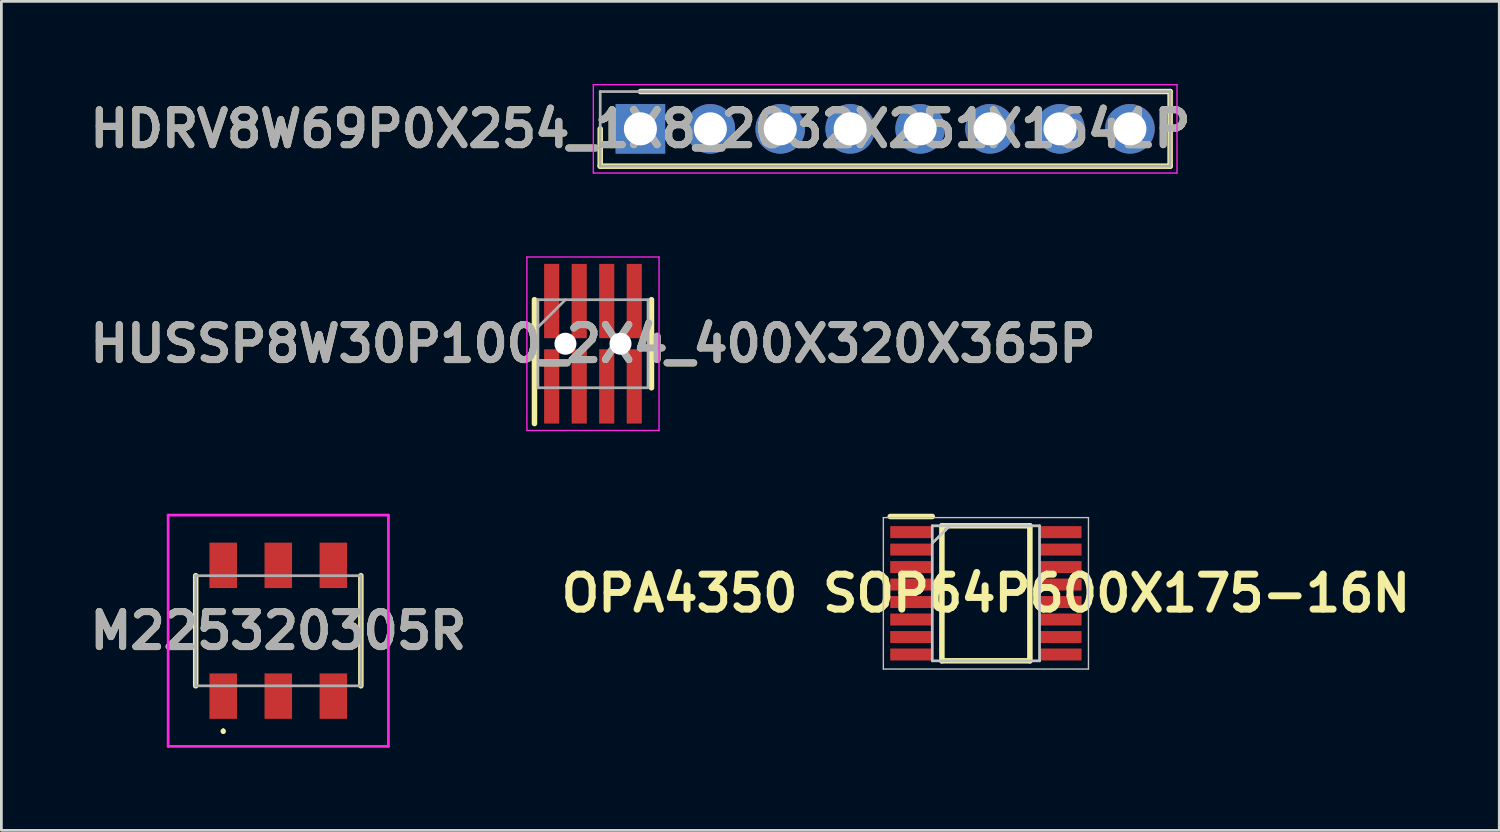
<source format=kicad_pcb>
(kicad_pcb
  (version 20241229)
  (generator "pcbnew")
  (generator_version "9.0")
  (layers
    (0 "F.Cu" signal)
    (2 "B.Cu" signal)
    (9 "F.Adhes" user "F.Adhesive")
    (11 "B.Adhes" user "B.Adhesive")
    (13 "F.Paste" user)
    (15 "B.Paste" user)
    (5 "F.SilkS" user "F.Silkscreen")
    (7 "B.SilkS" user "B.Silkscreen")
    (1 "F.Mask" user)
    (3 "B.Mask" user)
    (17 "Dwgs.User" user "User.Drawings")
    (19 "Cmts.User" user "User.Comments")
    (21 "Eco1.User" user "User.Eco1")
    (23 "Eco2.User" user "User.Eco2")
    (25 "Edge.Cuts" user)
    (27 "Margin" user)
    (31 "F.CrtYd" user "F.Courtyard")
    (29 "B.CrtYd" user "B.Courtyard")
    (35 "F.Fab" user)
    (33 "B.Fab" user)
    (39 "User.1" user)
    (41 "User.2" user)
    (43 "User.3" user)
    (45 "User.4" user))
  (footprint "OPA4350 SOP64P600X175-16N"
    (layer "F.Cu")
    (at 32.76 18.5)
    (property "Reference" "OPA4350 SOP64P600X175-16N" (at 0 0 0) (layer "F.SilkS") (effects (font (size 1.27 1.27) (thickness 0.254))))
    (attr smd)
    (fp_line (start -3.475 -2.79) (end -1.948 -2.79) (stroke (width 0.2) (type solid)) (layer "F.SilkS"))
    (fp_line (start -1.598 -2.452) (end 1.598 -2.452) (stroke (width 0.2) (type solid)) (layer "F.SilkS"))
    (fp_line (start -1.598 2.452) (end -1.598 -2.452) (stroke (width 0.2) (type solid)) (layer "F.SilkS"))
    (fp_line (start 1.598 -2.452) (end 1.598 2.452) (stroke (width 0.2) (type solid)) (layer "F.SilkS"))
    (fp_line (start 1.598 2.452) (end -1.598 2.452) (stroke (width 0.2) (type solid)) (layer "F.SilkS"))
    (fp_line (start -3.725 -2.75) (end 3.725 -2.75) (stroke (width 0.05) (type solid)) (layer "Dwgs.User"))
    (fp_line (start -3.725 2.75) (end -3.725 -2.75) (stroke (width 0.05) (type solid)) (layer "Dwgs.User"))
    (fp_line (start -1.948 -2.452) (end 1.948 -2.452) (stroke (width 0.1) (type solid)) (layer "Dwgs.User"))
    (fp_line (start -1.948 -1.818) (end -1.312 -2.452) (stroke (width 0.1) (type solid)) (layer "Dwgs.User"))
    (fp_line (start -1.948 2.452) (end -1.948 -2.452) (stroke (width 0.1) (type solid)) (layer "Dwgs.User"))
    (fp_line (start 1.948 -2.452) (end 1.948 2.452) (stroke (width 0.1) (type solid)) (layer "Dwgs.User"))
    (fp_line (start 1.948 2.452) (end -1.948 2.452) (stroke (width 0.1) (type solid)) (layer "Dwgs.User"))
    (fp_line (start 3.725 -2.75) (end 3.725 2.75) (stroke (width 0.05) (type solid)) (layer "Dwgs.User"))
    (fp_line (start 3.725 2.75) (end -3.725 2.75) (stroke (width 0.05) (type solid)) (layer "Dwgs.User"))
    (pad "1" smd rect (at -2.711 -2.222 90) (size 0.435 1.528) (layers "F.Cu" "F.Mask" "F.Paste"))
    (pad "2" smd rect (at -2.711 -1.588 90) (size 0.435 1.528) (layers "F.Cu" "F.Mask" "F.Paste"))
    (pad "3" smd rect (at -2.711 -0.952 90) (size 0.435 1.528) (layers "F.Cu" "F.Mask" "F.Paste"))
    (pad "4" smd rect (at -2.711 -0.318 90) (size 0.435 1.528) (layers "F.Cu" "F.Mask" "F.Paste"))
    (pad "5" smd rect (at -2.711 0.318 90) (size 0.435 1.528) (layers "F.Cu" "F.Mask" "F.Paste"))
    (pad "6" smd rect (at -2.711 0.952 90) (size 0.435 1.528) (layers "F.Cu" "F.Mask" "F.Paste"))
    (pad "7" smd rect (at -2.711 1.588 90) (size 0.435 1.528) (layers "F.Cu" "F.Mask" "F.Paste"))
    (pad "8" smd rect (at -2.711 2.222 90) (size 0.435 1.528) (layers "F.Cu" "F.Mask" "F.Paste"))
    (pad "9" smd rect (at 2.711 2.222 90) (size 0.435 1.528) (layers "F.Cu" "F.Mask" "F.Paste"))
    (pad "10" smd rect (at 2.711 1.588 90) (size 0.435 1.528) (layers "F.Cu" "F.Mask" "F.Paste"))
    (pad "11" smd rect (at 2.711 0.952 90) (size 0.435 1.528) (layers "F.Cu" "F.Mask" "F.Paste"))
    (pad "12" smd rect (at 2.711 0.318 90) (size 0.435 1.528) (layers "F.Cu" "F.Mask" "F.Paste"))
    (pad "13" smd rect (at 2.711 -0.318 90) (size 0.435 1.528) (layers "F.Cu" "F.Mask" "F.Paste"))
    (pad "14" smd rect (at 2.711 -0.952 90) (size 0.435 1.528) (layers "F.Cu" "F.Mask" "F.Paste"))
    (pad "15" smd rect (at 2.711 -1.588 90) (size 0.435 1.528) (layers "F.Cu" "F.Mask" "F.Paste"))
    (pad "16" smd rect (at 2.711 -2.222 90) (size 0.435 1.528) (layers "F.Cu" "F.Mask" "F.Paste")))
  (footprint "M225320305R"
    (layer "F.Cu")
    (at 7.058 19.86)
    (property "Reference" "M225320305R" (at 0 0 0) (layer "F.SilkS") (effects (font (size 1.27 1.27) (thickness 0.254))))
    (attr smd)
    (fp_line (start -3 -2) (end -3 2) (stroke (width 0.2) (type solid)) (layer "F.SilkS"))
    (fp_line (start -2 3.6) (end -2 3.6) (stroke (width 0.1) (type solid)) (layer "F.SilkS"))
    (fp_line (start -2 3.7) (end -2 3.7) (stroke (width 0.1) (type solid)) (layer "F.SilkS"))
    (fp_line (start 3 -2) (end 3 2) (stroke (width 0.2) (type solid)) (layer "F.SilkS"))
    (fp_arc (start -2 3.6) (mid -1.95 3.65) (end -2 3.7) (stroke (width 0.1) (type solid)) (layer "F.SilkS"))
    (fp_arc (start -2 3.7) (mid -2.05 3.65) (end -2 3.6) (stroke (width 0.1) (type solid)) (layer "F.SilkS"))
    (fp_line (start -4 -4.2) (end 4 -4.2) (stroke (width 0.1) (type solid)) (layer "F.CrtYd"))
    (fp_line (start -4 4.2) (end -4 -4.2) (stroke (width 0.1) (type solid)) (layer "F.CrtYd"))
    (fp_line (start 4 -4.2) (end 4 4.2) (stroke (width 0.1) (type solid)) (layer "F.CrtYd"))
    (fp_line (start 4 4.2) (end -4 4.2) (stroke (width 0.1) (type solid)) (layer "F.CrtYd"))
    (fp_line (start -3 -2) (end 3 -2) (stroke (width 0.1) (type solid)) (layer "F.Fab"))
    (fp_line (start -3 2) (end -3 -2) (stroke (width 0.1) (type solid)) (layer "F.Fab"))
    (fp_line (start 3 -2) (end 3 2) (stroke (width 0.1) (type solid)) (layer "F.Fab"))
    (fp_line (start 3 2) (end -3 2) (stroke (width 0.1) (type solid)) (layer "F.Fab"))
    (fp_text user "${REFERENCE}" (at 0 0 0) (layer "F.Fab") (effects (font (size 1.27 1.27) (thickness 0.254))))
    (pad "1" smd rect (at -2 2.375) (size 1 1.65) (layers "F.Cu" "F.Mask" "F.Paste"))
    (pad "2" smd rect (at -2 -2.375) (size 1 1.65) (layers "F.Cu" "F.Mask" "F.Paste"))
    (pad "3" smd rect (at 0 2.375) (size 1 1.65) (layers "F.Cu" "F.Mask" "F.Paste"))
    (pad "4" smd rect (at 0 -2.375) (size 1 1.65) (layers "F.Cu" "F.Mask" "F.Paste"))
    (pad "5" smd rect (at 2 2.375) (size 1 1.65) (layers "F.Cu" "F.Mask" "F.Paste"))
    (pad "6" smd rect (at 2 -2.375) (size 1 1.65) (layers "F.Cu" "F.Mask" "F.Paste")))
  (footprint "HDRV8W69P0X254_1X8_2032X251X1641P"
    (layer "F.Cu")
    (at 20.211 1.63)
    (property "Reference" "HDRV8W69P0X254_1X8_2032X251X1641P" (at 0 0 0) (layer "F.SilkS") (effects (font (size 1.27 1.27) (thickness 0.254))))
    (attr through_hole)
    (fp_line (start -1.46 0) (end -1.46 1.355) (stroke (width 0.2) (type solid)) (layer "F.SilkS"))
    (fp_line (start -1.46 1.355) (end 19.24 1.355) (stroke (width 0.2) (type solid)) (layer "F.SilkS"))
    (fp_line (start 19.24 -1.355) (end 0 -1.355) (stroke (width 0.2) (type solid)) (layer "F.SilkS"))
    (fp_line (start 19.24 1.355) (end 19.24 -1.355) (stroke (width 0.2) (type solid)) (layer "F.SilkS"))
    (fp_line (start -1.71 -1.605) (end 19.49 -1.605) (stroke (width 0.05) (type solid)) (layer "F.CrtYd"))
    (fp_line (start -1.71 1.605) (end -1.71 -1.605) (stroke (width 0.05) (type solid)) (layer "F.CrtYd"))
    (fp_line (start 19.49 -1.605) (end 19.49 1.605) (stroke (width 0.05) (type solid)) (layer "F.CrtYd"))
    (fp_line (start 19.49 1.605) (end -1.71 1.605) (stroke (width 0.05) (type solid)) (layer "F.CrtYd"))
    (fp_line (start -1.46 -1.355) (end 19.24 -1.355) (stroke (width 0.1) (type solid)) (layer "F.Fab"))
    (fp_line (start -1.46 1.355) (end -1.46 -1.355) (stroke (width 0.1) (type solid)) (layer "F.Fab"))
    (fp_line (start 19.24 -1.355) (end 19.24 1.355) (stroke (width 0.1) (type solid)) (layer "F.Fab"))
    (fp_line (start 19.24 1.355) (end -1.46 1.355) (stroke (width 0.1) (type solid)) (layer "F.Fab"))
    (fp_text user "${REFERENCE}" (at 0 0 0) (layer "F.Fab") (effects (font (size 1.27 1.27) (thickness 0.254))))
    (pad "1" thru_hole rect (at 0 0) (size 1.8 1.8) (drill 1.2) (layers "*.Cu" "*.Mask"))
    (pad "2" thru_hole circle (at 2.54 0) (size 1.8 1.8) (drill 1.2) (layers "*.Cu" "*.Mask"))
    (pad "3" thru_hole circle (at 5.08 0) (size 1.8 1.8) (drill 1.2) (layers "*.Cu" "*.Mask"))
    (pad "4" thru_hole circle (at 7.62 0) (size 1.8 1.8) (drill 1.2) (layers "*.Cu" "*.Mask"))
    (pad "5" thru_hole circle (at 10.16 0) (size 1.8 1.8) (drill 1.2) (layers "*.Cu" "*.Mask"))
    (pad "6" thru_hole circle (at 12.7 0) (size 1.8 1.8) (drill 1.2) (layers "*.Cu" "*.Mask"))
    (pad "7" thru_hole circle (at 15.24 0) (size 1.8 1.8) (drill 1.2) (layers "*.Cu" "*.Mask"))
    (pad "8" thru_hole circle (at 17.78 0) (size 1.8 1.8) (drill 1.2) (layers "*.Cu" "*.Mask")))
  (footprint "HUSSP8W30P100_2X4_400X320X365P"
    (layer "F.Cu")
    (at 18.488 9.435)
    (property "Reference" "HUSSP8W30P100_2X4_400X320X365P" (at 0 0 0) (layer "F.SilkS") (effects (font (size 1.27 1.27) (thickness 0.254))))
    (attr through_hole)
    (fp_line (start -2.125 2.9) (end -2.125 -1.6) (stroke (width 0.2) (type solid)) (layer "F.SilkS"))
    (fp_line (start 2.125 1.6) (end 2.125 -1.6) (stroke (width 0.2) (type solid)) (layer "F.SilkS"))
    (fp_line (start -2.4 -3.15) (end 2.4 -3.15) (stroke (width 0.05) (type solid)) (layer "F.CrtYd"))
    (fp_line (start -2.4 3.15) (end -2.4 -3.15) (stroke (width 0.05) (type solid)) (layer "F.CrtYd"))
    (fp_line (start 2.4 -3.15) (end 2.4 3.15) (stroke (width 0.05) (type solid)) (layer "F.CrtYd"))
    (fp_line (start 2.4 3.15) (end -2.4 3.15) (stroke (width 0.05) (type solid)) (layer "F.CrtYd"))
    (fp_line (start -2 -1.6) (end 2 -1.6) (stroke (width 0.1) (type solid)) (layer "F.Fab"))
    (fp_line (start -2 -0.6) (end -1 -1.6) (stroke (width 0.1) (type solid)) (layer "F.Fab"))
    (fp_line (start -2 1.6) (end -2 -1.6) (stroke (width 0.1) (type solid)) (layer "F.Fab"))
    (fp_line (start 2 -1.6) (end 2 1.6) (stroke (width 0.1) (type solid)) (layer "F.Fab"))
    (fp_line (start 2 1.6) (end -2 1.6) (stroke (width 0.1) (type solid)) (layer "F.Fab"))
    (fp_text user "${REFERENCE}" (at 0 0 0) (layer "F.Fab") (effects (font (size 1.27 1.27) (thickness 0.254))))
    (pad "" np_thru_hole circle (at -1 0) (size 0.8 0.8) (drill 0.8) (layers "*.Cu" "*.Mask"))
    (pad "" np_thru_hole circle (at 1 0) (size 0.8 0.8) (drill 0.8) (layers "*.Cu" "*.Mask"))
    (pad "1" smd rect (at -1.5 1.55) (size 0.55 2.7) (layers "F.Cu" "F.Mask" "F.Paste"))
    (pad "2" smd rect (at -1.5 -1.55) (size 0.55 2.7) (layers "F.Cu" "F.Mask" "F.Paste"))
    (pad "3" smd rect (at -0.5 1.55) (size 0.55 2.7) (layers "F.Cu" "F.Mask" "F.Paste"))
    (pad "4" smd rect (at -0.5 -1.55) (size 0.55 2.7) (layers "F.Cu" "F.Mask" "F.Paste"))
    (pad "5" smd rect (at 0.5 1.55) (size 0.55 2.7) (layers "F.Cu" "F.Mask" "F.Paste"))
    (pad "6" smd rect (at 0.5 -1.55) (size 0.55 2.7) (layers "F.Cu" "F.Mask" "F.Paste"))
    (pad "7" smd rect (at 1.5 1.55) (size 0.55 2.7) (layers "F.Cu" "F.Mask" "F.Paste"))
    (pad "8" smd rect (at 1.5 -1.55) (size 0.55 2.7) (layers "F.Cu" "F.Mask" "F.Paste")))
  (gr_rect
    (start -3 -3)
    (end 51.406 27.11)
    (stroke (width 0.1) (type default))
    (fill no)
    (layer "Edge.Cuts")))
</source>
